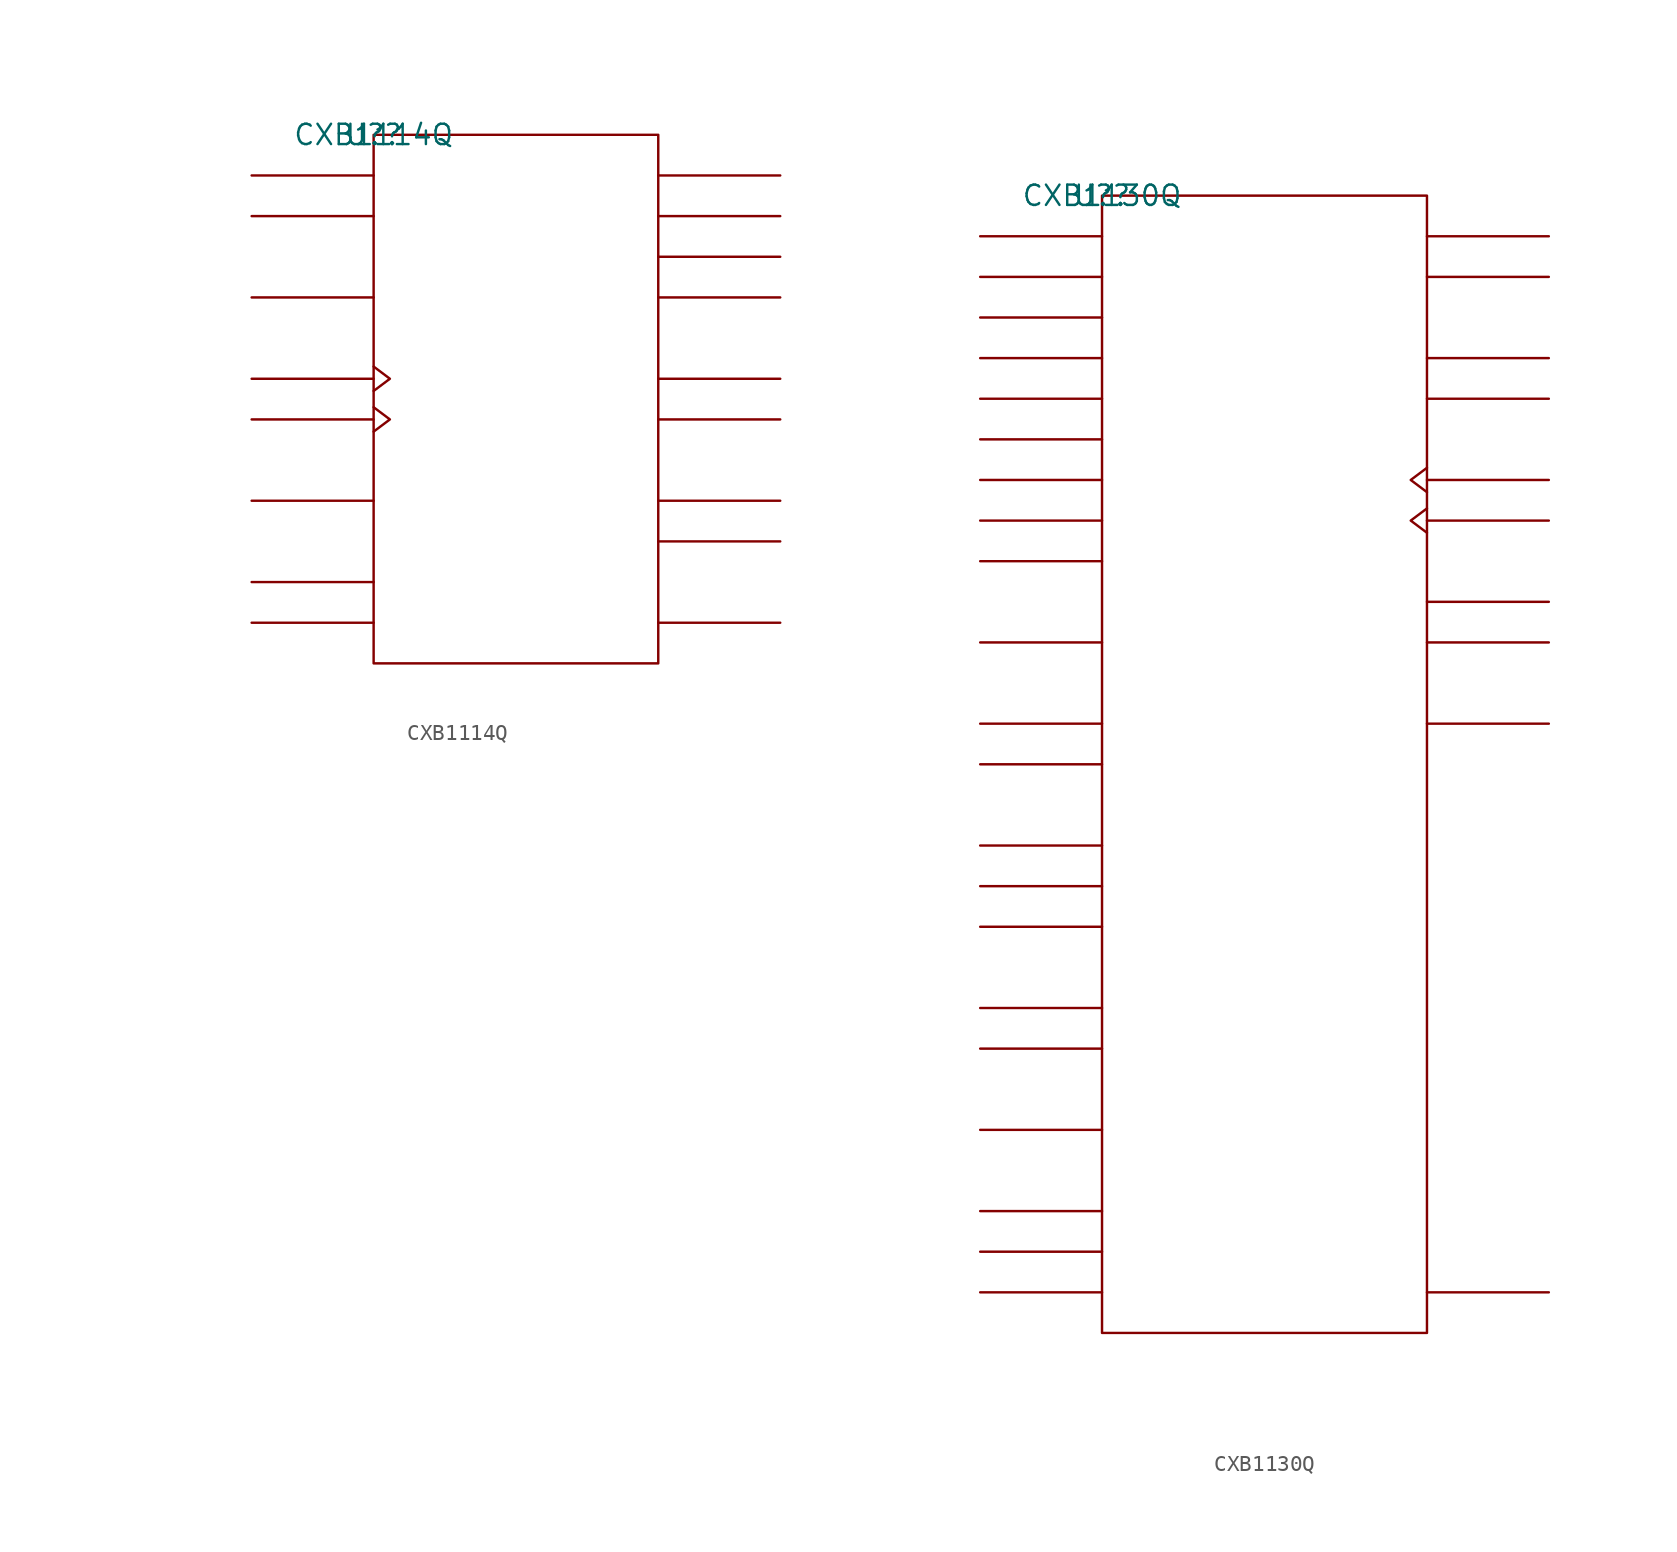
<source format=kicad_sym>
(kicad_symbol_lib
  (version 20211014)
  (generator kicad_symbol_editor)
  (symbol "CXB1114Q"
    (pin_names
      (offset 0.762))
    (property "Reference" "U?"
      (at 0 0 0)
      (effects (font (size 1.27 1.27))))
    (property "Value" "CXB1114Q"
      (at 0 0 0)
      (effects (font (size 1.27 1.27))))
    (symbol "CXB1114Q_0_1"
      (rectangle (start 0 -33.02) (end 17.78 0) (stroke (width 0) (type default) (color 0 0 0 0)) (fill (type none)))
      (polyline (pts (xy 0 -30.48) (xy -7.62 -30.48)) (stroke (width 0) (type default) (color 0 0 0 0)) (fill (type none)))
      (polyline (pts (xy 0 -27.94) (xy -7.62 -27.94)) (stroke (width 0) (type default) (color 0 0 0 0)) (fill (type none)))
      (polyline (pts (xy 0 -22.86) (xy -7.62 -22.86)) (stroke (width 0) (type default) (color 0 0 0 0)) (fill (type none)))
      (polyline (pts (xy 0 -17.78) (xy -7.62 -17.78)) (stroke (width 0) (type default) (color 0 0 0 0)) (fill (type none)))
      (polyline (pts (xy 0 -15.24) (xy -7.62 -15.24)) (stroke (width 0) (type default) (color 0 0 0 0)) (fill (type none)))
      (polyline (pts (xy 0 -10.16) (xy -7.62 -10.16)) (stroke (width 0) (type default) (color 0 0 0 0)) (fill (type none)))
      (polyline (pts (xy 0 -5.08) (xy -7.62 -5.08)) (stroke (width 0) (type default) (color 0 0 0 0)) (fill (type none)))
      (polyline (pts (xy 0 -2.54) (xy -7.62 -2.54)) (stroke (width 0) (type default) (color 0 0 0 0)) (fill (type none)))
      (polyline (pts (xy 17.78 -30.48) (xy 25.4 -30.48)) (stroke (width 0) (type default) (color 0 0 0 0)) (fill (type none)))
      (polyline (pts (xy 17.78 -25.4) (xy 25.4 -25.4)) (stroke (width 0) (type default) (color 0 0 0 0)) (fill (type none)))
      (polyline (pts (xy 17.78 -22.86) (xy 25.4 -22.86)) (stroke (width 0) (type default) (color 0 0 0 0)) (fill (type none)))
      (polyline (pts (xy 17.78 -17.78) (xy 25.4 -17.78)) (stroke (width 0) (type default) (color 0 0 0 0)) (fill (type none)))
      (polyline (pts (xy 17.78 -15.24) (xy 25.4 -15.24)) (stroke (width 0) (type default) (color 0 0 0 0)) (fill (type none)))
      (polyline (pts (xy 17.78 -10.16) (xy 25.4 -10.16)) (stroke (width 0) (type default) (color 0 0 0 0)) (fill (type none)))
      (polyline (pts (xy 17.78 -7.62) (xy 25.4 -7.62)) (stroke (width 0) (type default) (color 0 0 0 0)) (fill (type none)))
      (polyline (pts (xy 17.78 -5.08) (xy 25.4 -5.08)) (stroke (width 0) (type default) (color 0 0 0 0)) (fill (type none)))
      (polyline (pts (xy 17.78 -2.54) (xy 25.4 -2.54)) (stroke (width 0) (type default) (color 0 0 0 0)) (fill (type none)))
      (polyline (pts (xy 0 -17.018) (xy 1.016 -17.78) (xy 0 -18.542)) (stroke (width 0) (type default) (color 0 0 0 0)) (fill (type none)))
      (polyline (pts (xy 0 -14.478) (xy 1.016 -15.24) (xy 0 -16.002)) (stroke (width 0) (type default) (color 0 0 0 0)) (fill (type none))))
    (symbol "CXB1114Q_1_1"
      (pin power_in line (at -7.62 -27.94 0) (length 7.62) hide (name "VCCA" (effects (font (size 1.245 1.245)))) (number "10" (effects (font (size 1.245 1.245)))))
      (pin unspecified line (at 25.4 -17.78 180) (length 7.62) hide (name "S\\O\\U\\T\\" (effects (font (size 1.245 1.245)))) (number "11" (effects (font (size 1.245 1.245)))))
      (pin unspecified line (at 25.4 -15.24 180) (length 7.62) hide (name "SOUT" (effects (font (size 1.245 1.245)))) (number "12" (effects (font (size 1.245 1.245)))))
      (pin unspecified line (at -7.62 -10.16 0) (length 7.62) hide (name "ST" (effects (font (size 1.245 1.245)))) (number "15" (effects (font (size 1.245 1.245)))))
      (pin unspecified line (at -7.62 -2.54 0) (length 7.62) hide (name "D" (effects (font (size 1.245 1.245)))) (number "16" (effects (font (size 1.245 1.245)))))
      (pin unspecified line (at -7.62 -5.08 0) (length 7.62) hide (name "D\\" (effects (font (size 1.245 1.245)))) (number "17" (effects (font (size 1.245 1.245)))))
      (pin unspecified line (at -7.62 -22.86 0) (length 7.62) hide (name "VBB" (effects (font (size 1.245 1.245)))) (number "18" (effects (font (size 1.245 1.245)))))
      (pin unspecified line (at -7.62 -17.78 180) (length 7.62) hide (name "C\\" (effects (font (size 1.245 1.245)))) (number "19" (effects (font (size 1.245 1.245)))))
      (pin unspecified line (at 25.4 -2.54 180) (length 7.62) hide (name "Q0" (effects (font (size 1.245 1.245)))) (number "2" (effects (font (size 1.245 1.245)))))
      (pin unspecified line (at -7.62 -15.24 180) (length 7.62) hide (name "C" (effects (font (size 1.245 1.245)))) (number "20" (effects (font (size 1.245 1.245)))))
      (pin power_in line (at 25.4 -30.48 180) (length 7.62) hide (name "VEE" (effects (font (size 1.245 1.245)))) (number "21" (effects (font (size 1.245 1.245)))))
      (pin power_in line (at -7.62 -30.48 0) (length 7.62) hide (name "VCCA" (effects (font (size 1.245 1.245)))) (number "22" (effects (font (size 1.245 1.245)))))
      (pin unspecified line (at 25.4 -5.08 180) (length 7.62) hide (name "Q1" (effects (font (size 1.245 1.245)))) (number "3" (effects (font (size 1.245 1.245)))))
      (pin unspecified line (at 25.4 -7.62 180) (length 7.62) hide (name "Q2" (effects (font (size 1.245 1.245)))) (number "4" (effects (font (size 1.245 1.245)))))
      (pin unspecified line (at 25.4 -10.16 180) (length 7.62) hide (name "Q3" (effects (font (size 1.245 1.245)))) (number "5" (effects (font (size 1.245 1.245)))))
      (pin unspecified line (at 25.4 -25.4 180) (length 7.62) hide (name "T\\R\\I\\G\\" (effects (font (size 1.245 1.245)))) (number "7" (effects (font (size 1.245 1.245)))))
      (pin unspecified line (at 25.4 -22.86 180) (length 7.62) hide (name "TRIG" (effects (font (size 1.245 1.245)))) (number "8" (effects (font (size 1.245 1.245)))))
      (pin power_in line (at 5.08 0 0) (length 7.62) hide (name "VCC" (effects (font (size 1.245 1.245)))) (number "9" (effects (font (size 1.245 1.245)))))))
  (symbol "CXB1130Q"
    (pin_names
      (offset 0.762))
    (property "Reference" "U?"
      (at 0 0 0)
      (effects (font (size 1.27 1.27))))
    (property "Value" "CXB1130Q"
      (at 0 0 0)
      (effects (font (size 1.27 1.27))))
    (symbol "CXB1130Q_0_1"
      (rectangle (start 0 -71.12) (end 20.32 0) (stroke (width 0) (type default) (color 0 0 0 0)) (fill (type none)))
      (polyline (pts (xy 0 -68.58) (xy -7.62 -68.58)) (stroke (width 0) (type default) (color 0 0 0 0)) (fill (type none)))
      (polyline (pts (xy 0 -66.04) (xy -7.62 -66.04)) (stroke (width 0) (type default) (color 0 0 0 0)) (fill (type none)))
      (polyline (pts (xy 0 -63.5) (xy -7.62 -63.5)) (stroke (width 0) (type default) (color 0 0 0 0)) (fill (type none)))
      (polyline (pts (xy 0 -58.42) (xy -7.62 -58.42)) (stroke (width 0) (type default) (color 0 0 0 0)) (fill (type none)))
      (polyline (pts (xy 0 -53.34) (xy -7.62 -53.34)) (stroke (width 0) (type default) (color 0 0 0 0)) (fill (type none)))
      (polyline (pts (xy 0 -50.8) (xy -7.62 -50.8)) (stroke (width 0) (type default) (color 0 0 0 0)) (fill (type none)))
      (polyline (pts (xy 0 -45.72) (xy -7.62 -45.72)) (stroke (width 0) (type default) (color 0 0 0 0)) (fill (type none)))
      (polyline (pts (xy 0 -43.18) (xy -7.62 -43.18)) (stroke (width 0) (type default) (color 0 0 0 0)) (fill (type none)))
      (polyline (pts (xy 0 -40.64) (xy -7.62 -40.64)) (stroke (width 0) (type default) (color 0 0 0 0)) (fill (type none)))
      (polyline (pts (xy 0 -35.56) (xy -7.62 -35.56)) (stroke (width 0) (type default) (color 0 0 0 0)) (fill (type none)))
      (polyline (pts (xy 0 -33.02) (xy -7.62 -33.02)) (stroke (width 0) (type default) (color 0 0 0 0)) (fill (type none)))
      (polyline (pts (xy 0 -27.94) (xy -7.62 -27.94)) (stroke (width 0) (type default) (color 0 0 0 0)) (fill (type none)))
      (polyline (pts (xy 0 -22.86) (xy -7.62 -22.86)) (stroke (width 0) (type default) (color 0 0 0 0)) (fill (type none)))
      (polyline (pts (xy 0 -20.32) (xy -7.62 -20.32)) (stroke (width 0) (type default) (color 0 0 0 0)) (fill (type none)))
      (polyline (pts (xy 0 -17.78) (xy -7.62 -17.78)) (stroke (width 0) (type default) (color 0 0 0 0)) (fill (type none)))
      (polyline (pts (xy 0 -15.24) (xy -7.62 -15.24)) (stroke (width 0) (type default) (color 0 0 0 0)) (fill (type none)))
      (polyline (pts (xy 0 -12.7) (xy -7.62 -12.7)) (stroke (width 0) (type default) (color 0 0 0 0)) (fill (type none)))
      (polyline (pts (xy 0 -10.16) (xy -7.62 -10.16)) (stroke (width 0) (type default) (color 0 0 0 0)) (fill (type none)))
      (polyline (pts (xy 0 -7.62) (xy -7.62 -7.62)) (stroke (width 0) (type default) (color 0 0 0 0)) (fill (type none)))
      (polyline (pts (xy 0 -5.08) (xy -7.62 -5.08)) (stroke (width 0) (type default) (color 0 0 0 0)) (fill (type none)))
      (polyline (pts (xy 0 -2.54) (xy -7.62 -2.54)) (stroke (width 0) (type default) (color 0 0 0 0)) (fill (type none)))
      (polyline (pts (xy 20.32 -68.58) (xy 27.94 -68.58)) (stroke (width 0) (type default) (color 0 0 0 0)) (fill (type none)))
      (polyline (pts (xy 20.32 -33.02) (xy 27.94 -33.02)) (stroke (width 0) (type default) (color 0 0 0 0)) (fill (type none)))
      (polyline (pts (xy 20.32 -27.94) (xy 27.94 -27.94)) (stroke (width 0) (type default) (color 0 0 0 0)) (fill (type none)))
      (polyline (pts (xy 20.32 -25.4) (xy 27.94 -25.4)) (stroke (width 0) (type default) (color 0 0 0 0)) (fill (type none)))
      (polyline (pts (xy 20.32 -20.32) (xy 27.94 -20.32)) (stroke (width 0) (type default) (color 0 0 0 0)) (fill (type none)))
      (polyline (pts (xy 20.32 -17.78) (xy 27.94 -17.78)) (stroke (width 0) (type default) (color 0 0 0 0)) (fill (type none)))
      (polyline (pts (xy 20.32 -12.7) (xy 27.94 -12.7)) (stroke (width 0) (type default) (color 0 0 0 0)) (fill (type none)))
      (polyline (pts (xy 20.32 -10.16) (xy 27.94 -10.16)) (stroke (width 0) (type default) (color 0 0 0 0)) (fill (type none)))
      (polyline (pts (xy 20.32 -5.08) (xy 27.94 -5.08)) (stroke (width 0) (type default) (color 0 0 0 0)) (fill (type none)))
      (polyline (pts (xy 20.32 -2.54) (xy 27.94 -2.54)) (stroke (width 0) (type default) (color 0 0 0 0)) (fill (type none)))
      (polyline (pts (xy 20.32 -21.082) (xy 19.304 -20.32) (xy 20.32 -19.558)) (stroke (width 0) (type default) (color 0 0 0 0)) (fill (type none)))
      (polyline (pts (xy 20.32 -18.542) (xy 19.304 -17.78) (xy 20.32 -17.018)) (stroke (width 0) (type default) (color 0 0 0 0)) (fill (type none))))
    (symbol "CXB1130Q_1_1"
      (pin unspecified line (at 27.94 -20.32 180) (length 7.62) hide (name "C\\O\\U\\T\\" (effects (font (size 1.245 1.245)))) (number "1" (effects (font (size 1.245 1.245)))))
      (pin unspecified line (at -7.62 -43.18 0) (length 7.62) hide (name "ST" (effects (font (size 1.245 1.245)))) (number "10" (effects (font (size 1.245 1.245)))))
      (pin unspecified line (at -7.62 -40.64 0) (length 7.62) hide (name "LS" (effects (font (size 1.245 1.245)))) (number "11" (effects (font (size 1.245 1.245)))))
      (pin unspecified line (at -7.62 -45.72 0) (length 7.62) hide (name "EL" (effects (font (size 1.245 1.245)))) (number "12" (effects (font (size 1.245 1.245)))))
      (pin power_in line (at 5.08 0 0) (length 7.62) hide (name "VCC" (effects (font (size 1.245 1.245)))) (number "13" (effects (font (size 1.245 1.245)))))
      (pin power_in line (at -7.62 -66.04 0) (length 7.62) hide (name "VCCA" (effects (font (size 1.245 1.245)))) (number "14" (effects (font (size 1.245 1.245)))))
      (pin unspecified line (at 27.94 -27.94 180) (length 7.62) hide (name "L\\D\\" (effects (font (size 1.245 1.245)))) (number "15" (effects (font (size 1.245 1.245)))))
      (pin unspecified line (at 27.94 -25.4 180) (length 7.62) hide (name "LD" (effects (font (size 1.245 1.245)))) (number "16" (effects (font (size 1.245 1.245)))))
      (pin unspecified line (at -7.62 -22.86 0) (length 7.62) hide (name "D8" (effects (font (size 1.245 1.245)))) (number "17" (effects (font (size 1.245 1.245)))))
      (pin unspecified line (at -7.62 -20.32 0) (length 7.62) hide (name "D7" (effects (font (size 1.245 1.245)))) (number "18" (effects (font (size 1.245 1.245)))))
      (pin unspecified line (at -7.62 -17.78 0) (length 7.62) hide (name "D6" (effects (font (size 1.245 1.245)))) (number "19" (effects (font (size 1.245 1.245)))))
      (pin unspecified line (at 27.94 -17.78 180) (length 7.62) hide (name "COUT" (effects (font (size 1.245 1.245)))) (number "2" (effects (font (size 1.245 1.245)))))
      (pin unspecified line (at -7.62 -15.24 0) (length 7.62) hide (name "D5" (effects (font (size 1.245 1.245)))) (number "20" (effects (font (size 1.245 1.245)))))
      (pin unspecified line (at -7.62 -12.7 0) (length 7.62) hide (name "D4" (effects (font (size 1.245 1.245)))) (number "21" (effects (font (size 1.245 1.245)))))
      (pin unspecified line (at -7.62 -10.16 0) (length 7.62) hide (name "D3" (effects (font (size 1.245 1.245)))) (number "22" (effects (font (size 1.245 1.245)))))
      (pin unspecified line (at -7.62 -7.62 0) (length 7.62) hide (name "D2" (effects (font (size 1.245 1.245)))) (number "23" (effects (font (size 1.245 1.245)))))
      (pin unspecified line (at -7.62 -5.08 0) (length 7.62) hide (name "D1" (effects (font (size 1.245 1.245)))) (number "24" (effects (font (size 1.245 1.245)))))
      (pin unspecified line (at -7.62 -2.54 0) (length 7.62) hide (name "D0" (effects (font (size 1.245 1.245)))) (number "25" (effects (font (size 1.245 1.245)))))
      (pin unspecified line (at -7.62 -58.42 0) (length 7.62) hide (name "VBB" (effects (font (size 1.245 1.245)))) (number "26" (effects (font (size 1.245 1.245)))))
      (pin unspecified line (at -7.62 -53.34 0) (length 7.62) hide (name "C\\I\\N\\" (effects (font (size 1.245 1.245)))) (number "27" (effects (font (size 1.245 1.245)))))
      (pin unspecified line (at -7.62 -50.8 0) (length 7.62) hide (name "CIN" (effects (font (size 1.245 1.245)))) (number "28" (effects (font (size 1.245 1.245)))))
      (pin power_in line (at 27.94 -68.58 180) (length 7.62) hide (name "VEE" (effects (font (size 1.245 1.245)))) (number "29" (effects (font (size 1.245 1.245)))))
      (pin unspecified line (at 27.94 -10.16 180) (length 7.62) hide (name "QB" (effects (font (size 1.245 1.245)))) (number "3" (effects (font (size 1.245 1.245)))))
      (pin power_in line (at -7.62 -68.58 0) (length 7.62) hide (name "VCCA" (effects (font (size 1.245 1.245)))) (number "30" (effects (font (size 1.245 1.245)))))
      (pin unspecified line (at -7.62 -33.02 0) (length 7.62) hide (name "S1" (effects (font (size 1.245 1.245)))) (number "31" (effects (font (size 1.245 1.245)))))
      (pin unspecified line (at -7.62 -35.56 0) (length 7.62) hide (name "S2" (effects (font (size 1.245 1.245)))) (number "32" (effects (font (size 1.245 1.245)))))
      (pin unspecified line (at 27.94 -12.7 180) (length 7.62) hide (name "Q\\B\\" (effects (font (size 1.245 1.245)))) (number "4" (effects (font (size 1.245 1.245)))))
      (pin unspecified line (at 27.94 -2.54 180) (length 7.62) hide (name "QA" (effects (font (size 1.245 1.245)))) (number "5" (effects (font (size 1.245 1.245)))))
      (pin unspecified line (at 27.94 -5.08 180) (length 7.62) hide (name "Q\\A\\" (effects (font (size 1.245 1.245)))) (number "6" (effects (font (size 1.245 1.245)))))
      (pin unspecified line (at 27.94 -33.02 180) (length 7.62) hide (name "TRIG" (effects (font (size 1.245 1.245)))) (number "7" (effects (font (size 1.245 1.245)))))
      (pin unspecified line (at -7.62 -27.94 0) (length 7.62) hide (name "SIN" (effects (font (size 1.245 1.245)))) (number "8" (effects (font (size 1.245 1.245)))))
      (pin power_in line (at -7.62 -63.5 0) (length 7.62) hide (name "VCCA" (effects (font (size 1.245 1.245)))) (number "9" (effects (font (size 1.245 1.245))))))))
</source>
